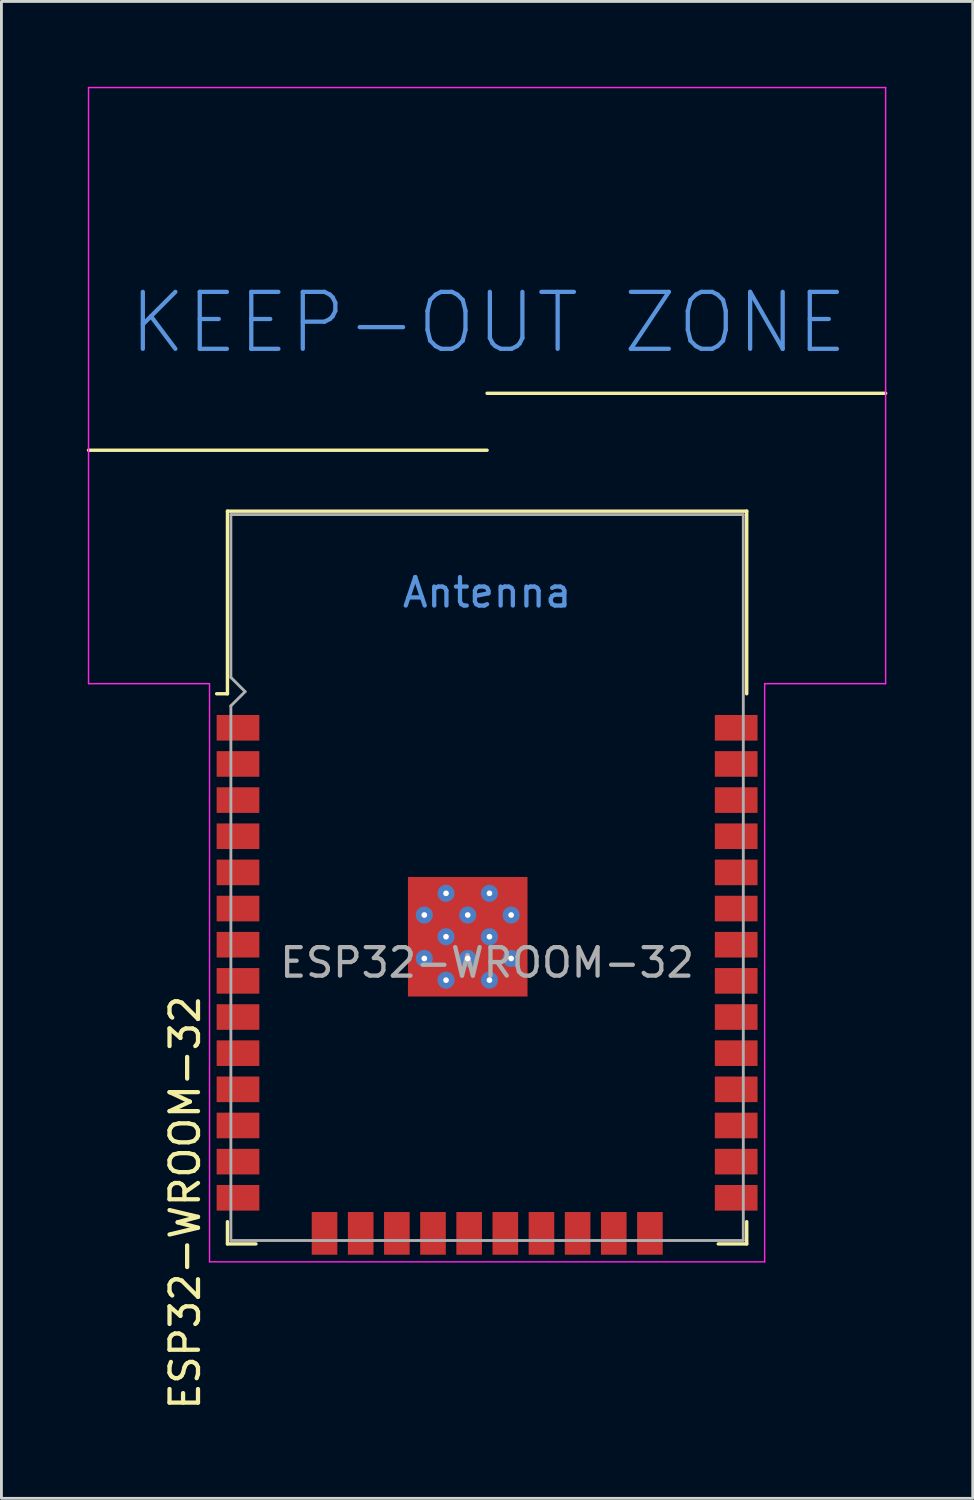
<source format=kicad_pcb>
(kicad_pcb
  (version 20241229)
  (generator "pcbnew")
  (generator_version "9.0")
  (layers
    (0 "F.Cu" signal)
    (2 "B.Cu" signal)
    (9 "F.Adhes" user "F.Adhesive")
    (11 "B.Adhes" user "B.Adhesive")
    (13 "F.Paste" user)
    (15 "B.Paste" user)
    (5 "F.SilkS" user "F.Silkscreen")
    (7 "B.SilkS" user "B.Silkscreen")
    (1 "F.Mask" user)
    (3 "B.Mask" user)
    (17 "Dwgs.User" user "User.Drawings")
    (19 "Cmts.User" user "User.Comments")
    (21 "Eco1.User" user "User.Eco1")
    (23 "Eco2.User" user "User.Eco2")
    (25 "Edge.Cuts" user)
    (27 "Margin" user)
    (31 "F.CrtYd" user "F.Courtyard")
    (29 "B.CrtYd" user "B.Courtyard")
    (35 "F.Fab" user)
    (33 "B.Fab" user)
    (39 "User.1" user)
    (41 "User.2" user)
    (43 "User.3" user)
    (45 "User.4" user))
  (footprint "ESP32-WROOM-32"
    (layer "F.Cu")
    (at 14.06 30.765)
    (property "Reference" "ESP32-WROOM-32" (at -10.61 8.43 90) (layer "F.SilkS") (effects (font (size 1 1) (thickness 0.15))))
    (attr smd)
    (fp_line (start -9.12 -15.86) (end -9.12 -9.445) (stroke (width 0.12) (type solid)) (layer "F.SilkS"))
    (fp_line (start -9.12 -15.86) (end 9.12 -15.86) (stroke (width 0.12) (type solid)) (layer "F.SilkS"))
    (fp_line (start -9.12 -9.445) (end -9.5 -9.445) (stroke (width 0.12) (type solid)) (layer "F.SilkS"))
    (fp_line (start -9.12 9.1) (end -9.12 9.88) (stroke (width 0.12) (type solid)) (layer "F.SilkS"))
    (fp_line (start -9.12 9.88) (end -8.12 9.88) (stroke (width 0.12) (type solid)) (layer "F.SilkS"))
    (fp_line (start 0 -20) (end 14 -20) (stroke (width 0.12) (type default)) (layer "F.SilkS"))
    (fp_line (start 0 -18) (end -14 -18) (stroke (width 0.12) (type default)) (layer "F.SilkS"))
    (fp_line (start 9.12 -15.86) (end 9.12 -9.445) (stroke (width 0.12) (type solid)) (layer "F.SilkS"))
    (fp_line (start 9.12 9.1) (end 9.12 9.88) (stroke (width 0.12) (type solid)) (layer "F.SilkS"))
    (fp_line (start 9.12 9.88) (end 8.12 9.88) (stroke (width 0.12) (type solid)) (layer "F.SilkS"))
    (fp_line (start -14 -30.74) (end -14 -9.8) (stroke (width 0.05) (type solid)) (layer "F.CrtYd"))
    (fp_line (start -14 -9.8) (end -9.75 -9.8) (stroke (width 0.05) (type solid)) (layer "F.CrtYd"))
    (fp_line (start -9.75 10.51) (end -9.75 -9.8) (stroke (width 0.05) (type solid)) (layer "F.CrtYd"))
    (fp_line (start -9.75 10.51) (end 9.75 10.51) (stroke (width 0.05) (type solid)) (layer "F.CrtYd"))
    (fp_line (start 9.75 -9.8) (end 9.75 10.51) (stroke (width 0.05) (type solid)) (layer "F.CrtYd"))
    (fp_line (start 9.75 -9.8) (end 14 -9.8) (stroke (width 0.05) (type solid)) (layer "F.CrtYd"))
    (fp_line (start 14 -30.74) (end -14 -30.74) (stroke (width 0.05) (type solid)) (layer "F.CrtYd"))
    (fp_line (start 14 -9.8) (end 14 -30.74) (stroke (width 0.05) (type solid)) (layer "F.CrtYd"))
    (fp_line (start -9 -15.74) (end -9 -10.02) (stroke (width 0.1) (type solid)) (layer "F.Fab"))
    (fp_line (start -9 -15.74) (end 9 -15.74) (stroke (width 0.1) (type solid)) (layer "F.Fab"))
    (fp_line (start -9 -9.02) (end -9 9.76) (stroke (width 0.1) (type solid)) (layer "F.Fab"))
    (fp_line (start -9 -9.02) (end -8.5 -9.52) (stroke (width 0.1) (type solid)) (layer "F.Fab"))
    (fp_line (start -9 9.76) (end 9 9.76) (stroke (width 0.1) (type solid)) (layer "F.Fab"))
    (fp_line (start -8.5 -9.52) (end -9 -10.02) (stroke (width 0.1) (type solid)) (layer "F.Fab"))
    (fp_line (start 9 9.76) (end 9 -15.74) (stroke (width 0.1) (type solid)) (layer "F.Fab"))
    (fp_text user "KEEP-OUT ZONE" (at 0.05 -22.48 0) (layer "Cmts.User") (effects (font (size 2 2) (thickness 0.15))))
    (fp_text user "Antenna" (at 0 -13 0) (layer "Cmts.User") (effects (font (size 1 1) (thickness 0.15))))
    (fp_text user "${REFERENCE}" (at 0 0 0) (layer "F.Fab") (effects (font (size 1 1) (thickness 0.15))))
    (pad "1" smd rect (at -8.75 -8.25) (size 1.5 0.9) (layers "F.Cu" "F.Mask" "F.Paste"))
    (pad "2" smd rect (at -8.75 -6.98) (size 1.5 0.9) (layers "F.Cu" "F.Mask" "F.Paste"))
    (pad "3" smd rect (at -8.75 -5.71) (size 1.5 0.9) (layers "F.Cu" "F.Mask" "F.Paste"))
    (pad "4" smd rect (at -8.75 -4.44) (size 1.5 0.9) (layers "F.Cu" "F.Mask" "F.Paste"))
    (pad "5" smd rect (at -8.75 -3.17) (size 1.5 0.9) (layers "F.Cu" "F.Mask" "F.Paste"))
    (pad "6" smd rect (at -8.75 -1.9) (size 1.5 0.9) (layers "F.Cu" "F.Mask" "F.Paste"))
    (pad "7" smd rect (at -8.75 -0.63) (size 1.5 0.9) (layers "F.Cu" "F.Mask" "F.Paste"))
    (pad "8" smd rect (at -8.75 0.64) (size 1.5 0.9) (layers "F.Cu" "F.Mask" "F.Paste"))
    (pad "9" smd rect (at -8.75 1.91) (size 1.5 0.9) (layers "F.Cu" "F.Mask" "F.Paste"))
    (pad "10" smd rect (at -8.75 3.18) (size 1.5 0.9) (layers "F.Cu" "F.Mask" "F.Paste"))
    (pad "11" smd rect (at -8.75 4.45) (size 1.5 0.9) (layers "F.Cu" "F.Mask" "F.Paste"))
    (pad "12" smd rect (at -8.75 5.72) (size 1.5 0.9) (layers "F.Cu" "F.Mask" "F.Paste"))
    (pad "13" smd rect (at -8.75 6.99) (size 1.5 0.9) (layers "F.Cu" "F.Mask" "F.Paste"))
    (pad "14" smd rect (at -8.75 8.26) (size 1.5 0.9) (layers "F.Cu" "F.Mask" "F.Paste"))
    (pad "15" smd rect (at -5.71 9.51 90) (size 1.5 0.9) (layers "F.Cu" "F.Mask" "F.Paste"))
    (pad "16" smd rect (at -4.44 9.51 90) (size 1.5 0.9) (layers "F.Cu" "F.Mask" "F.Paste"))
    (pad "17" smd rect (at -3.17 9.51 90) (size 1.5 0.9) (layers "F.Cu" "F.Mask" "F.Paste"))
    (pad "18" smd rect (at -1.9 9.51 90) (size 1.5 0.9) (layers "F.Cu" "F.Mask" "F.Paste"))
    (pad "19" smd rect (at -0.63 9.51 90) (size 1.5 0.9) (layers "F.Cu" "F.Mask" "F.Paste"))
    (pad "20" smd rect (at 0.64 9.51 90) (size 1.5 0.9) (layers "F.Cu" "F.Mask" "F.Paste"))
    (pad "21" smd rect (at 1.91 9.51 90) (size 1.5 0.9) (layers "F.Cu" "F.Mask" "F.Paste"))
    (pad "22" smd rect (at 3.18 9.51 90) (size 1.5 0.9) (layers "F.Cu" "F.Mask" "F.Paste"))
    (pad "23" smd rect (at 4.45 9.51 90) (size 1.5 0.9) (layers "F.Cu" "F.Mask" "F.Paste"))
    (pad "24" smd rect (at 5.72 9.51 90) (size 1.5 0.9) (layers "F.Cu" "F.Mask" "F.Paste"))
    (pad "25" smd rect (at 8.75 8.26) (size 1.5 0.9) (layers "F.Cu" "F.Mask" "F.Paste"))
    (pad "26" smd rect (at 8.75 6.99) (size 1.5 0.9) (layers "F.Cu" "F.Mask" "F.Paste"))
    (pad "27" smd rect (at 8.75 5.72) (size 1.5 0.9) (layers "F.Cu" "F.Mask" "F.Paste"))
    (pad "28" smd rect (at 8.75 4.45) (size 1.5 0.9) (layers "F.Cu" "F.Mask" "F.Paste"))
    (pad "29" smd rect (at 8.75 3.18) (size 1.5 0.9) (layers "F.Cu" "F.Mask" "F.Paste"))
    (pad "30" smd rect (at 8.75 1.91) (size 1.5 0.9) (layers "F.Cu" "F.Mask" "F.Paste"))
    (pad "31" smd rect (at 8.75 0.64) (size 1.5 0.9) (layers "F.Cu" "F.Mask" "F.Paste"))
    (pad "32" smd rect (at 8.75 -0.63) (size 1.5 0.9) (layers "F.Cu" "F.Mask" "F.Paste"))
    (pad "33" smd rect (at 8.75 -1.9) (size 1.5 0.9) (layers "F.Cu" "F.Mask" "F.Paste"))
    (pad "34" smd rect (at 8.75 -3.17) (size 1.5 0.9) (layers "F.Cu" "F.Mask" "F.Paste"))
    (pad "35" smd rect (at 8.75 -4.44) (size 1.5 0.9) (layers "F.Cu" "F.Mask" "F.Paste"))
    (pad "36" smd rect (at 8.75 -5.71) (size 1.5 0.9) (layers "F.Cu" "F.Mask" "F.Paste"))
    (pad "37" smd rect (at 8.75 -6.98) (size 1.5 0.9) (layers "F.Cu" "F.Mask" "F.Paste"))
    (pad "38" smd rect (at 8.75 -8.25) (size 1.5 0.9) (layers "F.Cu" "F.Mask" "F.Paste"))
    (pad "39" smd rect (at -2.205 -2.435) (size 1.05 1.05) (layers "F.Cu" "F.Paste"))
    (pad "39" thru_hole circle (at -2.205 -1.673) (size 0.6 0.6) (drill 0.2) (property pad_prop_heatsink) (layers "*.Cu" "F.Mask"))
    (pad "39" smd rect (at -2.205 -0.91) (size 1.05 1.05) (layers "F.Cu" "F.Paste"))
    (pad "39" thru_hole circle (at -2.205 -0.147) (size 0.6 0.6) (drill 0.2) (property pad_prop_heatsink) (layers "*.Cu" "F.Mask"))
    (pad "39" smd rect (at -2.205 0.615) (size 1.05 1.05) (layers "F.Cu" "F.Paste"))
    (pad "39" thru_hole circle (at -1.442 -2.435) (size 0.6 0.6) (drill 0.2) (property pad_prop_heatsink) (layers "*.Cu" "F.Mask"))
    (pad "39" thru_hole circle (at -1.442 -0.91) (size 0.6 0.6) (drill 0.2) (property pad_prop_heatsink) (layers "*.Cu" "F.Mask"))
    (pad "39" thru_hole circle (at -1.442 0.615) (size 0.6 0.6) (drill 0.2) (property pad_prop_heatsink) (layers "*.Cu" "F.Mask"))
    (pad "39" smd rect (at -0.68 -2.435) (size 1.05 1.05) (layers "F.Cu" "F.Paste"))
    (pad "39" thru_hole circle (at -0.68 -1.673) (size 0.6 0.6) (drill 0.2) (property pad_prop_heatsink) (layers "*.Cu" "F.Mask"))
    (pad "39" smd rect (at -0.68 -0.91) (size 1.05 1.05) (layers "F.Cu" "F.Paste"))
    (pad "39" smd rect (at -0.68 -0.91) (size 4.2 4.2) (layers "F.Cu" "F.Mask"))
    (pad "39" thru_hole circle (at -0.68 -0.147) (size 0.6 0.6) (drill 0.2) (property pad_prop_heatsink) (layers "*.Cu" "F.Mask"))
    (pad "39" smd rect (at -0.68 0.615) (size 1.05 1.05) (layers "F.Cu" "F.Paste"))
    (pad "39" thru_hole circle (at 0.083 -2.435) (size 0.6 0.6) (drill 0.2) (property pad_prop_heatsink) (layers "*.Cu" "F.Mask"))
    (pad "39" thru_hole circle (at 0.083 -0.91) (size 0.6 0.6) (drill 0.2) (property pad_prop_heatsink) (layers "*.Cu" "F.Mask"))
    (pad "39" thru_hole circle (at 0.083 0.615) (size 0.6 0.6) (drill 0.2) (property pad_prop_heatsink) (layers "*.Cu" "F.Mask"))
    (pad "39" smd rect (at 0.845 -2.435) (size 1.05 1.05) (layers "F.Cu" "F.Paste"))
    (pad "39" thru_hole circle (at 0.845 -1.673) (size 0.6 0.6) (drill 0.2) (property pad_prop_heatsink) (layers "*.Cu" "F.Mask"))
    (pad "39" smd rect (at 0.845 -0.91) (size 1.05 1.05) (layers "F.Cu" "F.Paste"))
    (pad "39" thru_hole circle (at 0.845 -0.147) (size 0.6 0.6) (drill 0.2) (property pad_prop_heatsink) (layers "*.Cu" "F.Mask"))
    (pad "39" smd rect (at 0.845 0.615) (size 1.05 1.05) (layers "F.Cu" "F.Paste"))
    (zone (net_name "") (layers "F.Cu" "B.Cu") (hatch full 0.508) (connect_pads) (min_thickness 0.254) (filled_areas_thickness no) (keepout (tracks not_allowed) (vias not_allowed) (pads not_allowed) (copperpour not_allowed) (footprints not_allowed)) (placement (enabled no)) (fill) (polygon (pts (xy 0.06 20.965) (xy 28.06 20.965) (xy 28.06 0.025) (xy 0.06 0.025)))))
  (gr_rect
    (start -3 -3)
    (end 31.12 49.582)
    (stroke (width 0.1) (type default))
    (fill no)
    (layer "Edge.Cuts")))
</source>
